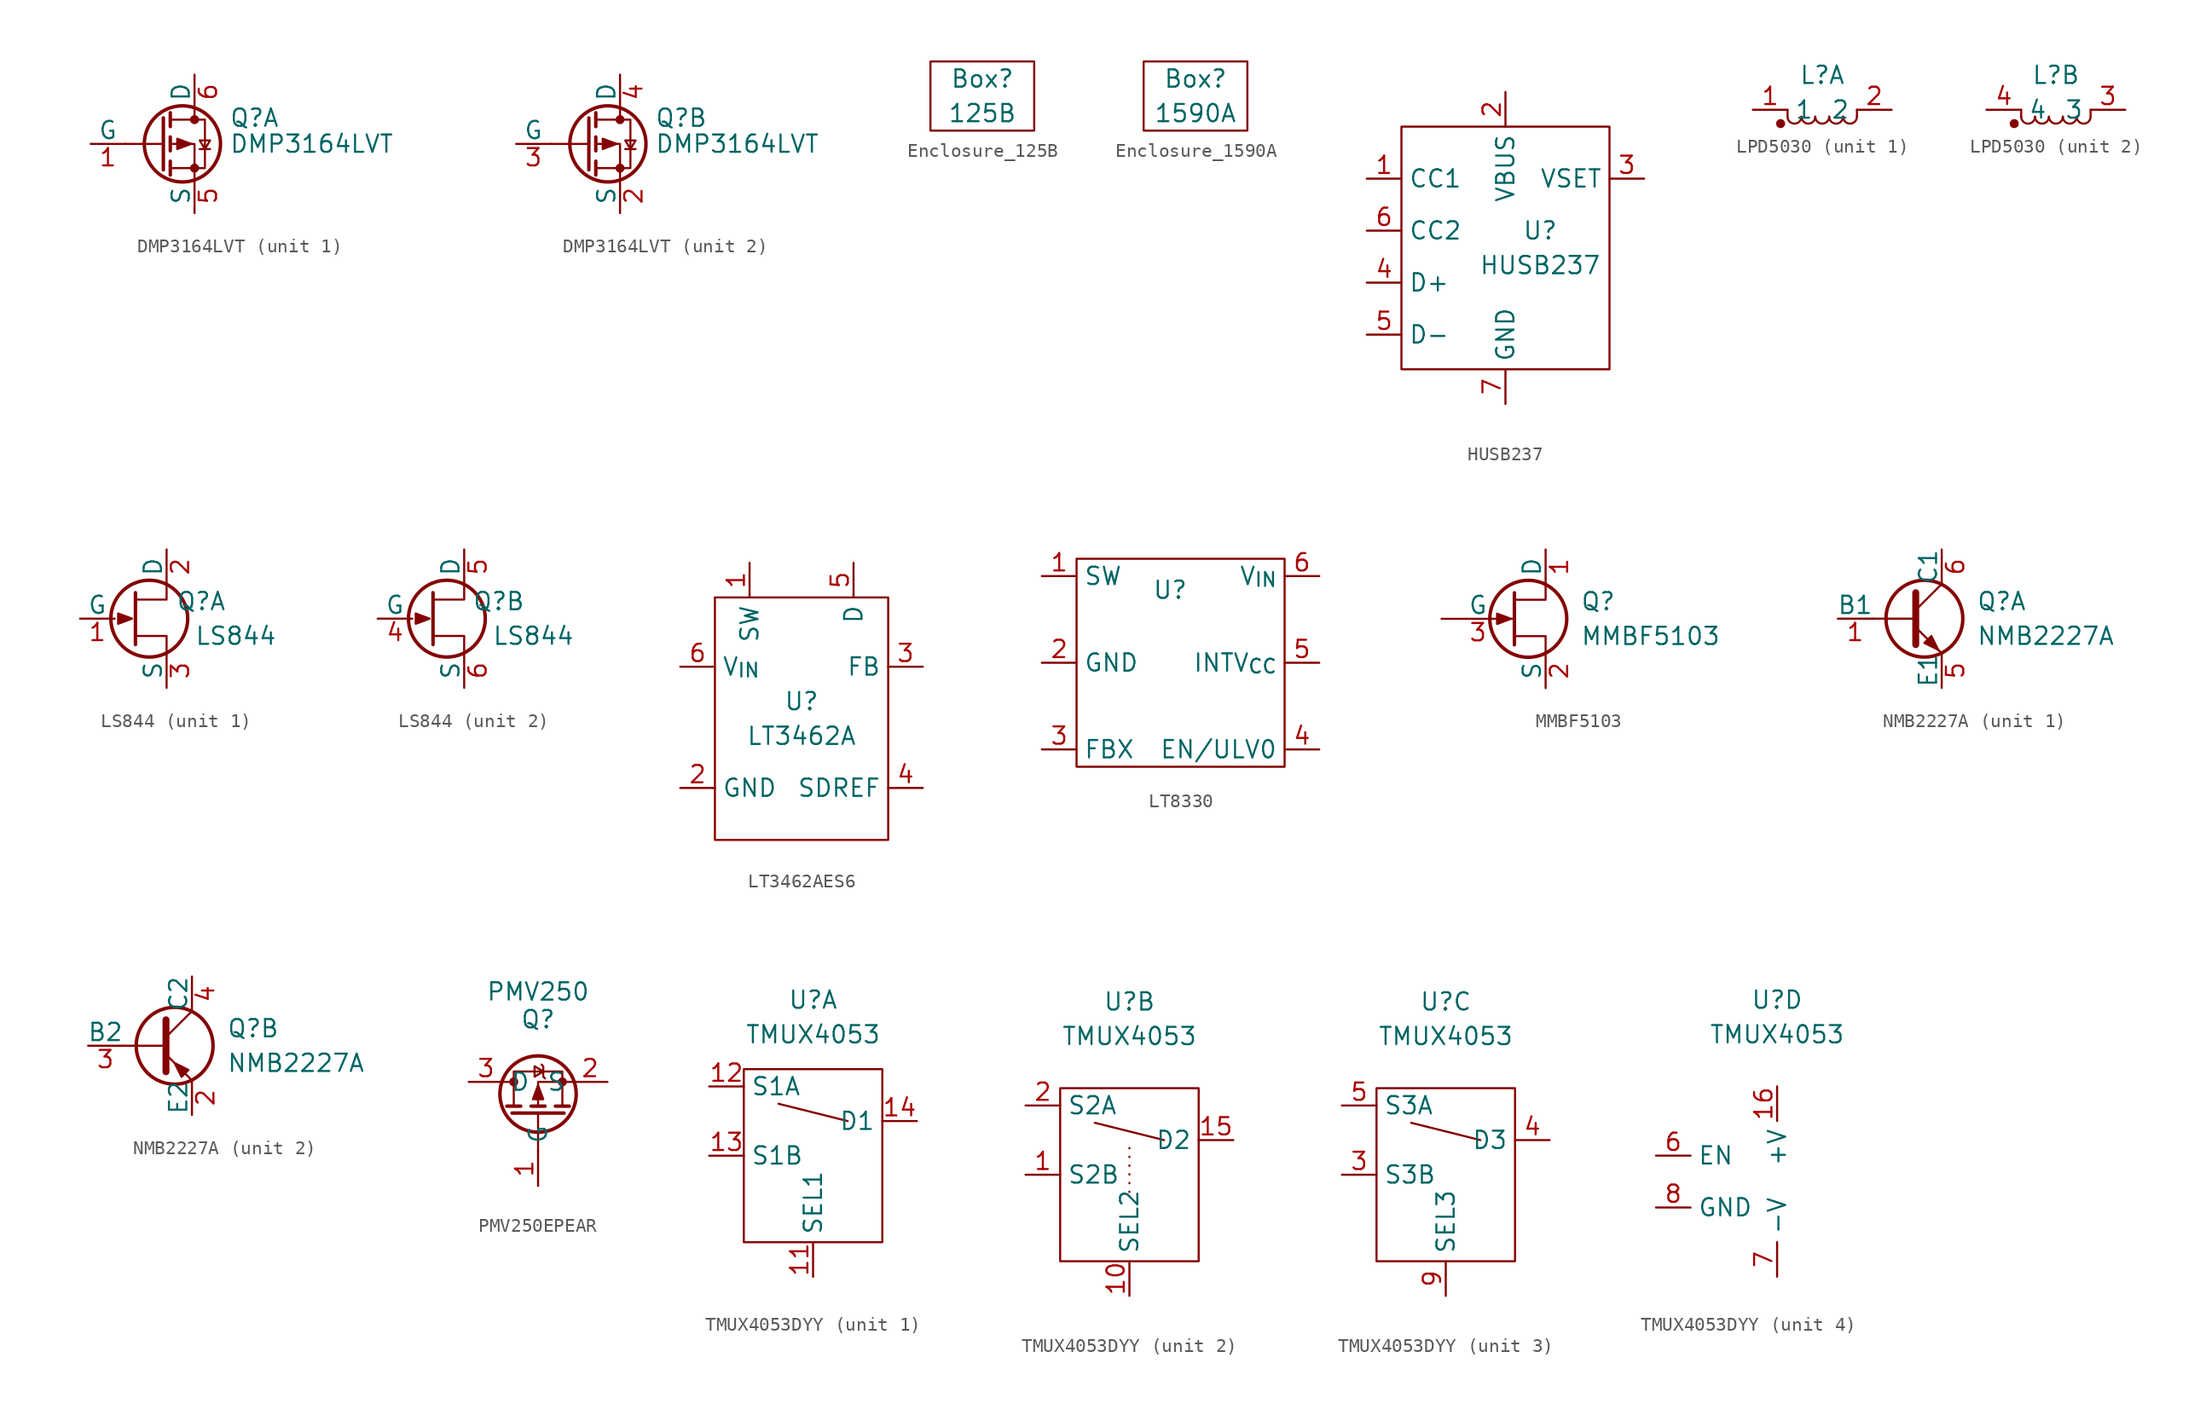
<source format=kicad_sym>
(kicad_symbol_lib
  (version 20241209)
  (generator "kicad_symbol_editor")
  (generator_version "9.0")
  (symbol "DMP3164LVT"
    (pin_names
      (offset 0))
    (property "Reference" "Q"
      (at 5.08 1.905 0)
      (effects (font (size 1.27 1.27)) (justify left)))
    (property "Value" "DMP3164LVT"
      (at 5.08 0 0)
      (effects (font (size 1.27 1.27)) (justify left)))
    (symbol "DMP3164LVT_0_1"
      (polyline (pts (xy 0.254 1.905) (xy 0.254 -1.905)) (stroke (width 0.254) (type default)) (fill (type none)))
      (polyline (pts (xy 0.254 0) (xy -2.54 0)) (stroke (width 0) (type default)) (fill (type none)))
      (polyline (pts (xy 0.762 2.286) (xy 0.762 1.27)) (stroke (width 0.254) (type default)) (fill (type none)))
      (polyline (pts (xy 0.762 1.778) (xy 3.302 1.778) (xy 3.302 -1.778) (xy 0.762 -1.778)) (stroke (width 0) (type default)) (fill (type none)))
      (polyline (pts (xy 0.762 0.508) (xy 0.762 -0.508)) (stroke (width 0.254) (type default)) (fill (type none)))
      (polyline (pts (xy 0.762 -1.27) (xy 0.762 -2.286)) (stroke (width 0.254) (type default)) (fill (type none)))
      (circle (center 1.651 0) (radius 2.794) (stroke (width 0.254) (type default)) (fill (type none)))
      (polyline (pts (xy 2.286 0) (xy 1.27 0.381) (xy 1.27 -0.381) (xy 2.286 0)) (stroke (width 0) (type default)) (fill (type outline)))
      (polyline (pts (xy 2.54 2.54) (xy 2.54 1.778)) (stroke (width 0) (type default)) (fill (type none)))
      (circle (center 2.54 1.778) (radius 0.254) (stroke (width 0) (type default)) (fill (type outline)))
      (circle (center 2.54 -1.778) (radius 0.254) (stroke (width 0) (type default)) (fill (type outline)))
      (polyline (pts (xy 2.54 -2.54) (xy 2.54 0) (xy 0.762 0)) (stroke (width 0) (type default)) (fill (type none)))
      (polyline (pts (xy 2.921 -0.381) (xy 3.683 -0.381)) (stroke (width 0) (type default)) (fill (type none)))
      (polyline (pts (xy 3.302 -0.381) (xy 2.921 0.254) (xy 3.683 0.254) (xy 3.302 -0.381)) (stroke (width 0) (type default)) (fill (type none))))
    (symbol "DMP3164LVT_1_1"
      (pin input line (at -5.08 0 0) (length 2.54) (name "G" (effects (font (size 1.27 1.27)))) (number "1" (effects (font (size 1.27 1.27)))))
      (pin passive line (at 2.54 5.08 270) (length 2.54) (name "D" (effects (font (size 1.27 1.27)))) (number "6" (effects (font (size 1.27 1.27)))))
      (pin passive line (at 2.54 -5.08 90) (length 2.54) (name "S" (effects (font (size 1.27 1.27)))) (number "5" (effects (font (size 1.27 1.27))))))
    (symbol "DMP3164LVT_2_1"
      (pin input line (at -5.08 0 0) (length 2.54) (name "G" (effects (font (size 1.27 1.27)))) (number "3" (effects (font (size 1.27 1.27)))))
      (pin passive line (at 2.54 5.08 270) (length 2.54) (name "D" (effects (font (size 1.27 1.27)))) (number "4" (effects (font (size 1.27 1.27)))))
      (pin passive line (at 2.54 -5.08 90) (length 2.54) (name "S" (effects (font (size 1.27 1.27)))) (number "2" (effects (font (size 1.27 1.27)))))))
  (symbol "Enclosure_125B"
    (property "Reference" "Box"
      (at 0 0 0)
      (effects (font (size 1.27 1.27))))
    (property "Value" "125B"
      (at 0 -2.54 0)
      (effects (font (size 1.27 1.27))))
    (symbol "Enclosure_125B_0_1"
      (rectangle (start -3.81 1.27) (end 3.81 -3.81) (stroke (width 0) (type default)) (fill (type none)))))
  (symbol "Enclosure_1590A"
    (property "Reference" "Box"
      (at 0 0 0)
      (effects (font (size 1.27 1.27))))
    (property "Value" "1590A"
      (at 0 -2.54 0)
      (effects (font (size 1.27 1.27))))
    (symbol "Enclosure_1590A_0_1"
      (rectangle (start -3.81 1.27) (end 3.81 -3.81) (stroke (width 0) (type default)) (fill (type none)))))
  (symbol "HUSB237"
    (property "Reference" "U"
      (at 2.54 1.27 0)
      (effects (font (size 1.27 1.27))))
    (property "Value" "HUSB237"
      (at 2.54 -1.27 0)
      (effects (font (size 1.27 1.27))))
    (symbol "HUSB237_0_1"
      (rectangle (start -7.62 8.89) (end 7.62 -8.89) (stroke (width 0) (type default)) (fill (type none))))
    (symbol "HUSB237_1_1"
      (pin bidirectional line (at -10.16 5.08 0) (length 2.54) (name "CC1" (effects (font (size 1.27 1.27)))) (number "1" (effects (font (size 1.27 1.27)))))
      (pin bidirectional line (at -10.16 1.27 0) (length 2.54) (name "CC2" (effects (font (size 1.27 1.27)))) (number "6" (effects (font (size 1.27 1.27)))))
      (pin bidirectional line (at -10.16 -2.54 0) (length 2.54) (name "D+" (effects (font (size 1.27 1.27)))) (number "4" (effects (font (size 1.27 1.27)))))
      (pin bidirectional line (at -10.16 -6.35 0) (length 2.54) (name "D-" (effects (font (size 1.27 1.27)))) (number "5" (effects (font (size 1.27 1.27)))))
      (pin power_in line (at 0 11.43 270) (length 2.54) (name "VBUS" (effects (font (size 1.27 1.27)))) (number "2" (effects (font (size 1.27 1.27)))))
      (pin power_in line (at 0 -11.43 90) (length 2.54) (name "GND" (effects (font (size 1.27 1.27)))) (number "7" (effects (font (size 1.27 1.27)))))
      (pin passive line (at 10.16 5.08 180) (length 2.54) (name "VSET" (effects (font (size 1.27 1.27)))) (number "3" (effects (font (size 1.27 1.27)))))))
  (symbol "LPD5030"
    (property "Reference" "L"
      (at 0 2.54 0)
      (effects (font (size 1.27 1.27))))
    (property "Value" ""
      (at 0 0 0)
      (effects (font (size 1.27 1.27))))
    (symbol "LPD5030_0_1"
      (circle (center -3.048 -1.016) (radius 0.254) (stroke (width 0) (type default)) (fill (type outline)))
      (polyline (pts (xy -2.54 -0.508) (xy -2.54 0)) (stroke (width 0) (type default)) (fill (type none)))
      (arc (start -1.524 -0.508) (mid -2.032 -1.0138) (end -2.54 -0.508) (stroke (width 0) (type default)) (fill (type none)))
      (arc (start -0.508 -0.508) (mid -1.016 -1.0138) (end -1.524 -0.508) (stroke (width 0) (type default)) (fill (type none)))
      (arc (start 0.508 -0.508) (mid 0 -1.0138) (end -0.508 -0.508) (stroke (width 0) (type default)) (fill (type none)))
      (arc (start 1.524 -0.508) (mid 1.016 -1.0138) (end 0.508 -0.508) (stroke (width 0) (type default)) (fill (type none)))
      (arc (start 2.54 -0.508) (mid 2.032 -1.0138) (end 1.524 -0.508) (stroke (width 0) (type default)) (fill (type none)))
      (polyline (pts (xy 2.54 0) (xy 2.54 -0.508)) (stroke (width 0) (type default)) (fill (type none))))
    (symbol "LPD5030_1_1"
      (pin passive line (at -5.08 0 0) (length 2.54) (name "1" (effects (font (size 1.27 1.27)))) (number "1" (effects (font (size 1.27 1.27)))))
      (pin passive line (at 5.08 0 180) (length 2.54) (name "2" (effects (font (size 1.27 1.27)))) (number "2" (effects (font (size 1.27 1.27))))))
    (symbol "LPD5030_2_0"
      (pin passive line (at -5.08 0 0) (length 2.54) (name "4" (effects (font (size 1.27 1.27)))) (number "4" (effects (font (size 1.27 1.27)))))
      (pin passive line (at 5.08 0 180) (length 2.54) (name "3" (effects (font (size 1.27 1.27)))) (number "3" (effects (font (size 1.27 1.27)))))))
  (symbol "LS844"
    (pin_names
      (offset 0))
    (property "Reference" "Q"
      (at 5.08 1.27 0)
      (effects (font (size 1.27 1.27))))
    (property "Value" "LS844"
      (at 7.62 -1.27 0)
      (effects (font (size 1.27 1.27))))
    (symbol "LS844_1_1"
      (polyline (pts (xy 0 0) (xy -1.016 0.381) (xy -1.016 -0.381) (xy 0 0)) (stroke (width 0) (type default)) (fill (type outline)))
      (polyline (pts (xy 0.254 1.905) (xy 0.254 -1.905) (xy 0.254 -1.905)) (stroke (width 0.254) (type default)) (fill (type none)))
      (circle (center 1.27 0) (radius 2.819) (stroke (width 0.254) (type default)) (fill (type none)))
      (polyline (pts (xy 2.54 2.54) (xy 2.54 1.397) (xy 0.254 1.397)) (stroke (width 0) (type default)) (fill (type none)))
      (polyline (pts (xy 2.54 -2.54) (xy 2.54 -1.27) (xy 0.254 -1.27)) (stroke (width 0) (type default)) (fill (type none)))
      (pin input line (at -3.81 0 0) (length 2.54) (name "G" (effects (font (size 1.27 1.27)))) (number "1" (effects (font (size 1.27 1.27)))))
      (pin passive line (at 2.54 5.08 270) (length 2.54) (name "D" (effects (font (size 1.27 1.27)))) (number "2" (effects (font (size 1.27 1.27)))))
      (pin passive line (at 2.54 -5.08 90) (length 2.54) (name "S" (effects (font (size 1.27 1.27)))) (number "3" (effects (font (size 1.27 1.27))))))
    (symbol "LS844_2_1"
      (polyline (pts (xy 0 0) (xy -1.016 0.381) (xy -1.016 -0.381) (xy 0 0)) (stroke (width 0) (type default)) (fill (type outline)))
      (polyline (pts (xy 0.254 1.905) (xy 0.254 -1.905) (xy 0.254 -1.905)) (stroke (width 0.254) (type default)) (fill (type none)))
      (circle (center 1.27 0) (radius 2.819) (stroke (width 0.254) (type default)) (fill (type none)))
      (polyline (pts (xy 2.54 2.54) (xy 2.54 1.397) (xy 0.254 1.397)) (stroke (width 0) (type default)) (fill (type none)))
      (polyline (pts (xy 2.54 -2.54) (xy 2.54 -1.27) (xy 0.254 -1.27)) (stroke (width 0) (type default)) (fill (type none)))
      (pin input line (at -3.81 0 0) (length 2.54) (name "G" (effects (font (size 1.27 1.27)))) (number "4" (effects (font (size 1.27 1.27)))))
      (pin passive line (at 2.54 5.08 270) (length 2.54) (name "D" (effects (font (size 1.27 1.27)))) (number "5" (effects (font (size 1.27 1.27)))))
      (pin passive line (at 2.54 -5.08 90) (length 2.54) (name "S" (effects (font (size 1.27 1.27)))) (number "6" (effects (font (size 1.27 1.27)))))))
  (symbol "LT3462AES6"
    (property "Reference" "U"
      (at 0 1.27 0)
      (effects (font (size 1.27 1.27))))
    (property "Value" "LT3462A"
      (at 0 -1.27 0)
      (effects (font (size 1.27 1.27))))
    (symbol "LT3462AES6_0_1"
      (rectangle (start -6.35 8.89) (end 6.35 -8.89) (stroke (width 0) (type default)) (fill (type none))))
    (symbol "LT3462AES6_1_1"
      (pin power_in line (at -8.89 3.81 0) (length 2.54) (name "V_{IN}" (effects (font (size 1.27 1.27)))) (number "6" (effects (font (size 1.27 1.27)))))
      (pin power_in line (at -8.89 -5.08 0) (length 2.54) (name "GND" (effects (font (size 1.27 1.27)))) (number "2" (effects (font (size 1.27 1.27)))))
      (pin output line (at -3.81 11.43 270) (length 2.54) (name "SW" (effects (font (size 1.27 1.27)))) (number "1" (effects (font (size 1.27 1.27)))))
      (pin passive line (at 3.81 11.43 270) (length 2.54) (name "D" (effects (font (size 1.27 1.27)))) (number "5" (effects (font (size 1.27 1.27)))))
      (pin input line (at 8.89 3.81 180) (length 2.54) (name "FB" (effects (font (size 1.27 1.27)))) (number "3" (effects (font (size 1.27 1.27)))))
      (pin input line (at 8.89 -5.08 180) (length 2.54) (name "SDREF" (effects (font (size 1.27 1.27)))) (number "4" (effects (font (size 1.27 1.27)))))))
  (symbol "LT8330"
    (property "Reference" "U"
      (at -0.762 -2.286 0)
      (effects (font (size 1.27 1.27))))
    (property "Value" ""
      (at 0 0 0)
      (effects (font (size 1.27 1.27))))
    (symbol "LT8330_0_1"
      (rectangle (start -7.62 0) (end 7.62 -15.24) (stroke (width 0) (type default)) (fill (type none))))
    (symbol "LT8330_1_1"
      (pin output line (at -10.16 -1.27 0) (length 2.54) (name "SW" (effects (font (size 1.27 1.27)))) (number "1" (effects (font (size 1.27 1.27)))))
      (pin power_in line (at -10.16 -7.62 0) (length 2.54) (name "GND" (effects (font (size 1.27 1.27)))) (number "2" (effects (font (size 1.27 1.27)))))
      (pin input line (at -10.16 -13.97 0) (length 2.54) (name "FBX" (effects (font (size 1.27 1.27)))) (number "3" (effects (font (size 1.27 1.27)))))
      (pin power_in line (at 10.16 -1.27 180) (length 2.54) (name "V_{IN}" (effects (font (size 1.27 1.27)))) (number "6" (effects (font (size 1.27 1.27)))))
      (pin input line (at 10.16 -7.62 180) (length 2.54) (name "INTV_{CC}" (effects (font (size 1.27 1.27)))) (number "5" (effects (font (size 1.27 1.27)))))
      (pin input line (at 10.16 -13.97 180) (length 2.54) (name "EN/ULV0" (effects (font (size 1.27 1.27)))) (number "4" (effects (font (size 1.27 1.27)))))))
  (symbol "MMBF5103"
    (pin_names
      (offset 0))
    (property "Reference" "Q"
      (at 5.08 1.27 0)
      (effects (font (size 1.27 1.27)) (justify left)))
    (property "Value" "MMBF5103"
      (at 5.08 -1.27 0)
      (effects (font (size 1.27 1.27)) (justify left)))
    (symbol "MMBF5103_0_1"
      (polyline (pts (xy 0 0) (xy -1.016 0.381) (xy -1.016 -0.381) (xy 0 0)) (stroke (width 0) (type default)) (fill (type outline)))
      (polyline (pts (xy 0.254 1.905) (xy 0.254 -1.905) (xy 0.254 -1.905)) (stroke (width 0.254) (type default)) (fill (type none)))
      (circle (center 1.27 0) (radius 2.819) (stroke (width 0.254) (type default)) (fill (type none)))
      (polyline (pts (xy 2.54 2.54) (xy 2.54 1.397) (xy 0.254 1.397)) (stroke (width 0) (type default)) (fill (type none)))
      (polyline (pts (xy 2.54 -2.54) (xy 2.54 -1.27) (xy 0.254 -1.27)) (stroke (width 0) (type default)) (fill (type none))))
    (symbol "MMBF5103_1_1"
      (pin input line (at -5.08 0 0) (length 5.334) (name "G" (effects (font (size 1.27 1.27)))) (number "3" (effects (font (size 1.27 1.27)))))
      (pin passive line (at 2.54 5.08 270) (length 2.54) (name "D" (effects (font (size 1.27 1.27)))) (number "1" (effects (font (size 1.27 1.27)))))
      (pin passive line (at 2.54 -5.08 90) (length 2.54) (name "S" (effects (font (size 1.27 1.27)))) (number "2" (effects (font (size 1.27 1.27)))))))
  (symbol "NMB2227A"
    (pin_names
      (offset 0))
    (property "Reference" "Q"
      (at 5.08 1.27 0)
      (effects (font (size 1.27 1.27)) (justify left)))
    (property "Value" "NMB2227A"
      (at 5.08 -1.27 0)
      (effects (font (size 1.27 1.27)) (justify left)))
    (property "ki_locked" ""
      (at 0 0 0)
      (effects (font (size 1.27 1.27))))
    (symbol "NMB2227A_0_1"
      (polyline (pts (xy 0.635 1.905) (xy 0.635 -1.905)) (stroke (width 0.508) (type default)) (fill (type none)))
      (polyline (pts (xy 0.635 0.635) (xy 2.54 2.54)) (stroke (width 0) (type default)) (fill (type none)))
      (polyline (pts (xy 0.635 0) (xy -2.54 0)) (stroke (width 0) (type default)) (fill (type none)))
      (polyline (pts (xy 0.635 -0.635) (xy 2.54 -2.54)) (stroke (width 0) (type default)) (fill (type none)))
      (circle (center 1.27 0) (radius 2.819) (stroke (width 0.254) (type default)) (fill (type none))))
    (symbol "NMB2227A_1_1"
      (polyline (pts (xy 1.27 -1.778) (xy 1.778 -1.27) (xy 2.286 -2.286) (xy 1.27 -1.778)) (stroke (width 0) (type default)) (fill (type outline)))
      (pin input line (at -5.08 0 0) (length 2.54) (name "B1" (effects (font (size 1.27 1.27)))) (number "1" (effects (font (size 1.27 1.27)))))
      (pin passive line (at 2.54 5.08 270) (length 2.54) (name "C1" (effects (font (size 1.27 1.27)))) (number "6" (effects (font (size 1.27 1.27)))))
      (pin passive line (at 2.54 -5.08 90) (length 2.54) (name "E1" (effects (font (size 1.27 1.27)))) (number "5" (effects (font (size 1.27 1.27))))))
    (symbol "NMB2227A_2_1"
      (polyline (pts (xy 2.286 -1.778) (xy 1.778 -2.286) (xy 1.27 -1.27) (xy 2.286 -1.778)) (stroke (width 0) (type default)) (fill (type outline)))
      (pin input line (at -5.08 0 0) (length 2.54) (name "B2" (effects (font (size 1.27 1.27)))) (number "3" (effects (font (size 1.27 1.27)))))
      (pin passive line (at 2.54 5.08 270) (length 2.54) (name "C2" (effects (font (size 1.27 1.27)))) (number "4" (effects (font (size 1.27 1.27)))))
      (pin passive line (at 2.54 -5.08 90) (length 2.54) (name "E2" (effects (font (size 1.27 1.27)))) (number "2" (effects (font (size 1.27 1.27)))))))
  (symbol "PMV250EPEAR"
    (property "Reference" "Q"
      (at 0 4.572 0)
      (effects (font (size 1.27 1.27))))
    (property "Value" "PMV250"
      (at 0 6.604 0)
      (effects (font (size 1.27 1.27))))
    (symbol "PMV250EPEAR_0_1"
      (polyline (pts (xy -2.54 0) (xy -1.778 0)) (stroke (width 0) (type default)) (fill (type none)))
      (polyline (pts (xy -2.286 -1.778) (xy -1.27 -1.778)) (stroke (width 0.254) (type default)) (fill (type none)))
      (polyline (pts (xy -1.905 -2.286) (xy 1.905 -2.286)) (stroke (width 0.254) (type default)) (fill (type none)))
      (circle (center -1.778 0) (radius 0.254) (stroke (width 0) (type default)) (fill (type outline)))
      (polyline (pts (xy -1.778 -1.778) (xy -1.778 0.762) (xy 1.778 0.762) (xy 1.778 -1.778)) (stroke (width 0) (type default)) (fill (type none)))
      (polyline (pts (xy -0.508 -1.778) (xy 0.508 -1.778)) (stroke (width 0.254) (type default)) (fill (type none)))
      (polyline (pts (xy 0 -0.254) (xy -0.381 -1.27) (xy 0.381 -1.27) (xy 0 -0.254)) (stroke (width 0) (type default)) (fill (type outline)))
      (circle (center 0 -0.889) (radius 2.794) (stroke (width 0.254) (type default)) (fill (type none)))
      (polyline (pts (xy 0 -2.286) (xy 0 -5.08)) (stroke (width 0) (type default)) (fill (type none)))
      (polyline (pts (xy 0.381 0.762) (xy -0.254 0.381) (xy -0.254 1.143) (xy 0.381 0.762)) (stroke (width 0) (type default)) (fill (type none)))
      (polyline (pts (xy 0.508 0.254) (xy 0.381 0.381) (xy 0.381 1.143) (xy 0.254 1.27)) (stroke (width 0) (type default)) (fill (type none)))
      (polyline (pts (xy 1.27 -1.778) (xy 2.286 -1.778)) (stroke (width 0.254) (type default)) (fill (type none)))
      (circle (center 1.778 0) (radius 0.254) (stroke (width 0) (type default)) (fill (type outline)))
      (polyline (pts (xy 2.54 0) (xy 0 0) (xy 0 -1.778)) (stroke (width 0) (type default)) (fill (type none))))
    (symbol "PMV250EPEAR_1_1"
      (pin passive line (at -5.08 0 0) (length 2.54) (name "D" (effects (font (size 1.27 1.27)))) (number "3" (effects (font (size 1.27 1.27)))))
      (pin input line (at 0 -7.62 90) (length 2.54) (name "G" (effects (font (size 1.27 1.27)))) (number "1" (effects (font (size 1.27 1.27)))))
      (pin passive line (at 5.08 0 180) (length 2.54) (name "S" (effects (font (size 1.27 1.27)))) (number "2" (effects (font (size 1.27 1.27)))))))
  (symbol "TMUX4053DYY"
    (property "Reference" "U"
      (at 0 3.81 0)
      (effects (font (size 1.27 1.27))))
    (property "Value" "TMUX4053"
      (at 0 1.27 0)
      (effects (font (size 1.27 1.27))))
    (property "ki_locked" ""
      (at 0 0 0)
      (effects (font (size 1.27 1.27))))
    (symbol "TMUX4053DYY_1_1"
      (rectangle (start -5.08 -1.27) (end 5.08 -13.97) (stroke (width 0) (type default)) (fill (type none)))
      (polyline (pts (xy 2.54 -5.08) (xy -2.54 -3.81)) (stroke (width 0) (type default)) (fill (type none)))
      (pin bidirectional line (at -7.62 -2.54 0) (length 2.54) (name "S1A" (effects (font (size 1.27 1.27)))) (number "12" (effects (font (size 1.27 1.27)))))
      (pin bidirectional line (at -7.62 -7.62 0) (length 2.54) (name "S1B" (effects (font (size 1.27 1.27)))) (number "13" (effects (font (size 1.27 1.27)))))
      (pin input line (at 0 -16.51 90) (length 2.54) (name "SEL1" (effects (font (size 1.27 1.27)))) (number "11" (effects (font (size 1.27 1.27)))))
      (pin bidirectional line (at 7.62 -5.08 180) (length 2.54) (name "D1" (effects (font (size 1.27 1.27)))) (number "14" (effects (font (size 1.27 1.27))))))
    (symbol "TMUX4053DYY_2_1"
      (rectangle (start -5.08 -2.54) (end 5.08 -15.24) (stroke (width 0) (type default)) (fill (type none)))
      (polyline (pts (xy 0 -10.16) (xy 0 -6.35)) (stroke (width 0) (type dot)) (fill (type none)))
      (polyline (pts (xy 2.54 -6.35) (xy -2.54 -5.08)) (stroke (width 0) (type default)) (fill (type none)))
      (pin bidirectional line (at -7.62 -3.81 0) (length 2.54) (name "S2A" (effects (font (size 1.27 1.27)))) (number "2" (effects (font (size 1.27 1.27)))))
      (pin bidirectional line (at -7.62 -8.89 0) (length 2.54) (name "S2B" (effects (font (size 1.27 1.27)))) (number "1" (effects (font (size 1.27 1.27)))))
      (pin input line (at 0 -17.78 90) (length 2.54) (name "SEL2" (effects (font (size 1.27 1.27)))) (number "10" (effects (font (size 1.27 1.27)))))
      (pin bidirectional line (at 7.62 -6.35 180) (length 2.54) (name "D2" (effects (font (size 1.27 1.27)))) (number "15" (effects (font (size 1.27 1.27))))))
    (symbol "TMUX4053DYY_3_1"
      (rectangle (start -5.08 -2.54) (end 5.08 -15.24) (stroke (width 0) (type default)) (fill (type none)))
      (polyline (pts (xy 2.54 -6.35) (xy -2.54 -5.08)) (stroke (width 0) (type default)) (fill (type none)))
      (pin bidirectional line (at -7.62 -3.81 0) (length 2.54) (name "S3A" (effects (font (size 1.27 1.27)))) (number "5" (effects (font (size 1.27 1.27)))))
      (pin bidirectional line (at -7.62 -8.89 0) (length 2.54) (name "S3B" (effects (font (size 1.27 1.27)))) (number "3" (effects (font (size 1.27 1.27)))))
      (pin input line (at 0 -17.78 90) (length 2.54) (name "SEL3" (effects (font (size 1.27 1.27)))) (number "9" (effects (font (size 1.27 1.27)))))
      (pin bidirectional line (at 7.62 -6.35 180) (length 2.54) (name "D3" (effects (font (size 1.27 1.27)))) (number "4" (effects (font (size 1.27 1.27))))))
    (symbol "TMUX4053DYY_4_1"
      (pin input line (at -8.89 -7.62 0) (length 2.54) (name "EN" (effects (font (size 1.27 1.27)))) (number "6" (effects (font (size 1.27 1.27)))))
      (pin power_in line (at -8.89 -11.43 0) (length 2.54) (name "GND" (effects (font (size 1.27 1.27)))) (number "8" (effects (font (size 1.27 1.27)))))
      (pin power_in line (at 0 -2.54 270) (length 2.54) (name "+V" (effects (font (size 1.27 1.27)))) (number "16" (effects (font (size 1.27 1.27)))))
      (pin power_in line (at 0 -16.51 90) (length 2.54) (name "-V" (effects (font (size 1.27 1.27)))) (number "7" (effects (font (size 1.27 1.27))))))))
</source>
